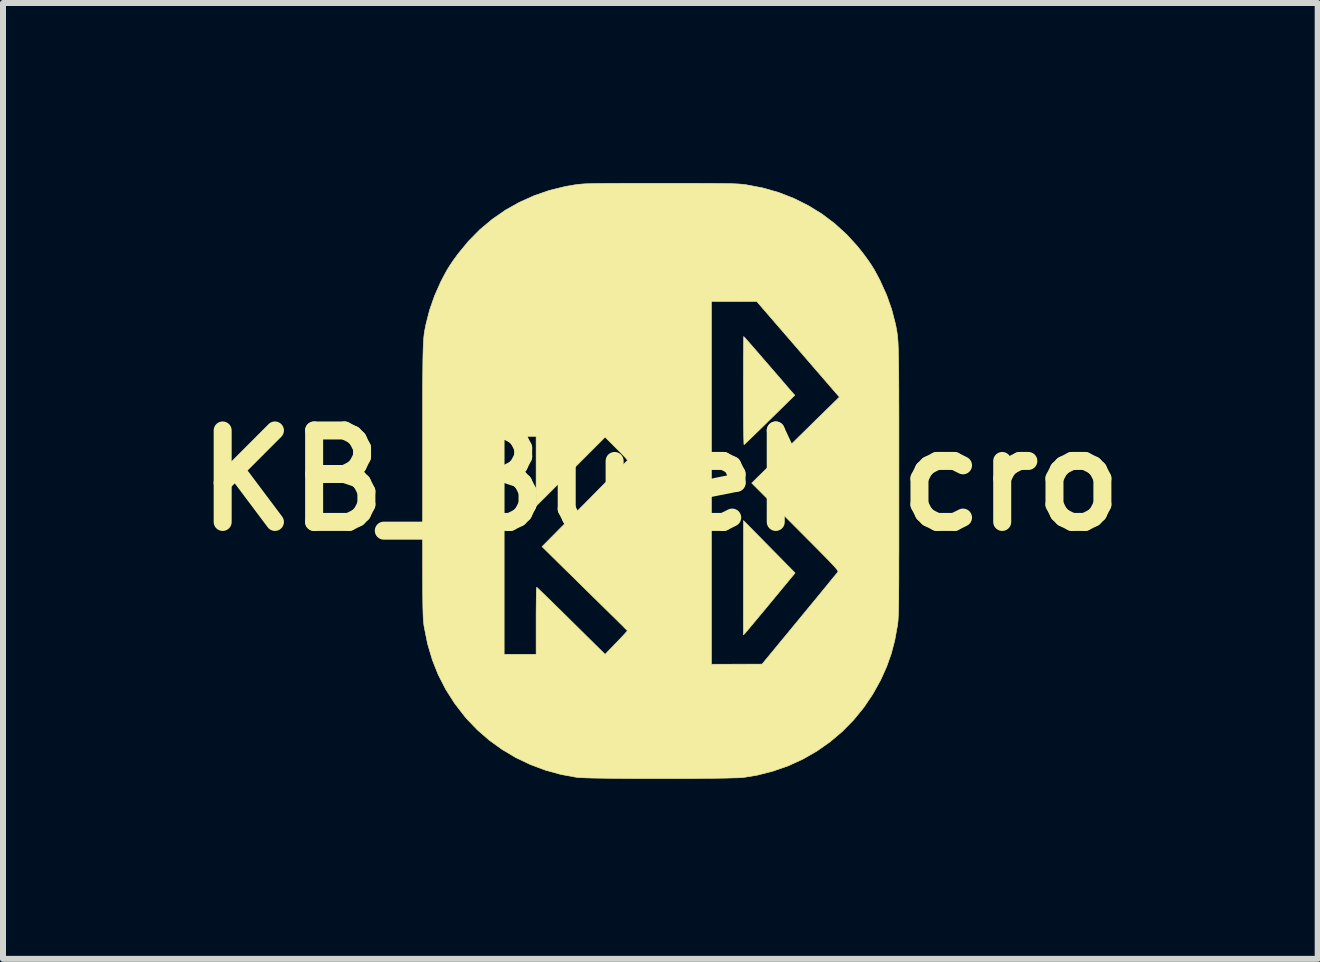
<source format=kicad_pcb>
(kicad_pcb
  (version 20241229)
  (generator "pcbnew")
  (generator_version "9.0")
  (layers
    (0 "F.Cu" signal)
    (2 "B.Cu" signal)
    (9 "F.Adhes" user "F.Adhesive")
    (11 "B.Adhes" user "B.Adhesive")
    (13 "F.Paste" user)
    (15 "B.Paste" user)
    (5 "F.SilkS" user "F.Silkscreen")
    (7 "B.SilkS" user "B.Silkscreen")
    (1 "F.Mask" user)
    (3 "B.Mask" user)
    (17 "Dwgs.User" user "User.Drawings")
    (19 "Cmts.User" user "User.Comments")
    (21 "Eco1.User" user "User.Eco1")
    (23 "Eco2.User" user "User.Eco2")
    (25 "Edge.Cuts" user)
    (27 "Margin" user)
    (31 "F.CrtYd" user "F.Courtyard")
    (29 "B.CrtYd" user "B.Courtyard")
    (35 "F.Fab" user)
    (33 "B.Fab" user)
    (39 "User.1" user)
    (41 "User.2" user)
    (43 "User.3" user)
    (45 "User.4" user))
  (footprint "KB_BlueMicro"
    (layer "F.Cu")
    (at 7.954 4.958)
    (property "Reference" "KB_BlueMicro" (at 0 0 0) (layer "F.SilkS") (effects (font (size 1.524 1.524) (thickness 0.3))))
    (attr through_hole)
    (fp_poly (pts (xy 1.815 1.103) (xy 2.245 1.54) (xy 1.845 2.024) (xy 1.765 2.121) (xy 1.689 2.212) (xy 1.619 2.296) (xy 1.557 2.371) (xy 1.503 2.435) (xy 1.461 2.486) (xy 1.431 2.521) (xy 1.416 2.539) (xy 1.415 2.54) (xy 1.384 2.571) (xy 1.386 0.667) (xy 1.815 1.103)) (stroke (width 0.01) (type solid)) (fill yes) (layer "F.SilkS"))
    (fp_poly (pts (xy 1.398 -2.391) (xy 1.422 -2.364) (xy 1.46 -2.322) (xy 1.509 -2.266) (xy 1.568 -2.198) (xy 1.635 -2.121) (xy 1.709 -2.035) (xy 1.789 -1.943) (xy 1.791 -1.94) (xy 1.872 -1.847) (xy 1.948 -1.759) (xy 2.018 -1.678) (xy 2.08 -1.606) (xy 2.132 -1.545) (xy 2.173 -1.498) (xy 2.201 -1.466) (xy 2.214 -1.451) (xy 2.24 -1.422) (xy 1.823 -1.013) (xy 1.738 -0.929) (xy 1.658 -0.851) (xy 1.585 -0.78) (xy 1.521 -0.718) (xy 1.469 -0.668) (xy 1.429 -0.63) (xy 1.404 -0.606) (xy 1.395 -0.599) (xy 1.393 -0.611) (xy 1.392 -0.646) (xy 1.39 -0.702) (xy 1.389 -0.778) (xy 1.387 -0.872) (xy 1.386 -0.981) (xy 1.385 -1.103) (xy 1.385 -1.237) (xy 1.384 -1.381) (xy 1.384 -1.498) (xy 1.384 -1.646) (xy 1.385 -1.788) (xy 1.385 -1.919) (xy 1.385 -2.039) (xy 1.386 -2.145) (xy 1.386 -2.236) (xy 1.387 -2.308) (xy 1.388 -2.361) (xy 1.389 -2.392) (xy 1.389 -2.4) (xy 1.398 -2.391)) (stroke (width 0.01) (type solid)) (fill yes) (layer "F.SilkS"))
    (fp_poly (pts (xy 0.214 -4.953) (xy 0.398 -4.953) (xy 0.559 -4.953) (xy 0.701 -4.952) (xy 0.824 -4.952) (xy 0.929 -4.951) (xy 1.02 -4.95) (xy 1.097 -4.949) (xy 1.162 -4.948) (xy 1.217 -4.946) (xy 1.264 -4.944) (xy 1.304 -4.942) (xy 1.339 -4.939) (xy 1.37 -4.936) (xy 1.4 -4.933) (xy 1.43 -4.929) (xy 1.441 -4.927) (xy 1.712 -4.875) (xy 1.974 -4.8) (xy 2.225 -4.702) (xy 2.465 -4.582) (xy 2.693 -4.442) (xy 2.906 -4.281) (xy 3.105 -4.1) (xy 3.287 -3.901) (xy 3.384 -3.778) (xy 3.453 -3.684) (xy 3.51 -3.601) (xy 3.56 -3.521) (xy 3.607 -3.436) (xy 3.658 -3.339) (xy 3.667 -3.32) (xy 3.771 -3.09) (xy 3.854 -2.855) (xy 3.915 -2.621) (xy 3.918 -2.608) (xy 3.925 -2.574) (xy 3.931 -2.543) (xy 3.937 -2.512) (xy 3.942 -2.48) (xy 3.947 -2.448) (xy 3.951 -2.412) (xy 3.955 -2.372) (xy 3.959 -2.328) (xy 3.962 -2.277) (xy 3.964 -2.218) (xy 3.966 -2.151) (xy 3.968 -2.073) (xy 3.97 -1.985) (xy 3.971 -1.884) (xy 3.972 -1.769) (xy 3.973 -1.64) (xy 3.974 -1.494) (xy 3.974 -1.332) (xy 3.975 -1.151) (xy 3.975 -0.95) (xy 3.975 -0.729) (xy 3.975 -0.486) (xy 3.975 -0.219) (xy 3.975 0.012) (xy 3.975 0.292) (xy 3.975 0.549) (xy 3.975 0.782) (xy 3.975 0.994) (xy 3.975 1.184) (xy 3.974 1.356) (xy 3.974 1.509) (xy 3.974 1.645) (xy 3.973 1.765) (xy 3.972 1.87) (xy 3.972 1.962) (xy 3.971 2.042) (xy 3.97 2.11) (xy 3.968 2.169) (xy 3.967 2.218) (xy 3.965 2.261) (xy 3.963 2.296) (xy 3.961 2.327) (xy 3.959 2.353) (xy 3.956 2.377) (xy 3.954 2.399) (xy 3.95 2.421) (xy 3.95 2.421) (xy 3.907 2.659) (xy 3.849 2.881) (xy 3.774 3.094) (xy 3.68 3.305) (xy 3.675 3.316) (xy 3.541 3.558) (xy 3.389 3.783) (xy 3.218 3.992) (xy 3.031 4.182) (xy 2.828 4.354) (xy 2.61 4.507) (xy 2.379 4.64) (xy 2.135 4.752) (xy 1.881 4.841) (xy 1.616 4.909) (xy 1.393 4.946) (xy 1.353 4.95) (xy 1.291 4.953) (xy 1.207 4.955) (xy 1.105 4.958) (xy 0.986 4.96) (xy 0.854 4.962) (xy 0.709 4.963) (xy 0.555 4.965) (xy 0.393 4.965) (xy 0.226 4.966) (xy 0.057 4.966) (xy -0.114 4.966) (xy -0.283 4.966) (xy -0.448 4.965) (xy -0.607 4.964) (xy -0.758 4.963) (xy -0.899 4.961) (xy -1.027 4.959) (xy -1.14 4.957) (xy -1.236 4.954) (xy -1.312 4.951) (xy -1.367 4.948) (xy -1.39 4.946) (xy -1.657 4.897) (xy -1.916 4.826) (xy -2.167 4.732) (xy -2.408 4.617) (xy -2.637 4.481) (xy -2.852 4.326) (xy -3.051 4.153) (xy -3.233 3.963) (xy -3.259 3.932) (xy -3.43 3.71) (xy -3.577 3.478) (xy -3.701 3.236) (xy -3.771 3.061) (xy 0.851 3.061) (xy 1.695 3.059) (xy 2.318 2.304) (xy 2.417 2.183) (xy 2.512 2.068) (xy 2.601 1.96) (xy 2.683 1.86) (xy 2.757 1.77) (xy 2.821 1.691) (xy 2.874 1.626) (xy 2.916 1.575) (xy 2.944 1.541) (xy 2.957 1.524) (xy 2.958 1.523) (xy 2.96 1.518) (xy 2.959 1.511) (xy 2.955 1.5) (xy 2.945 1.485) (xy 2.929 1.465) (xy 2.906 1.438) (xy 2.874 1.404) (xy 2.833 1.36) (xy 2.781 1.306) (xy 2.717 1.241) (xy 2.64 1.163) (xy 2.549 1.071) (xy 2.443 0.965) (xy 2.321 0.842) (xy 2.249 0.77) (xy 1.523 0.042) (xy 2.149 -0.573) (xy 2.257 -0.679) (xy 2.362 -0.782) (xy 2.463 -0.881) (xy 2.557 -0.974) (xy 2.643 -1.058) (xy 2.719 -1.132) (xy 2.783 -1.195) (xy 2.834 -1.244) (xy 2.869 -1.279) (xy 2.879 -1.289) (xy 2.984 -1.391) (xy 1.607 -2.984) (xy 0.851 -2.985) (xy 0.851 3.061) (xy -3.771 3.061) (xy -3.801 2.983) (xy -3.879 2.72) (xy -3.934 2.445) (xy -3.938 2.421) (xy -3.941 2.4) (xy -3.944 2.378) (xy -3.946 2.354) (xy -3.948 2.328) (xy -3.951 2.297) (xy -3.952 2.261) (xy -3.954 2.219) (xy -3.955 2.17) (xy -3.957 2.112) (xy -3.958 2.044) (xy -3.959 1.964) (xy -3.96 1.873) (xy -3.96 1.768) (xy -3.961 1.648) (xy -3.961 1.512) (xy -3.962 1.36) (xy -3.962 1.189) (xy -3.962 0.998) (xy -3.962 0.787) (xy -3.962 0.555) (xy -3.962 0.299) (xy -3.962 0.019) (xy -3.962 0.012) (xy -3.962 -0.274) (xy -3.962 -0.536) (xy -3.962 -0.737) (xy -2.603 -0.737) (xy -2.603 2.896) (xy -2.07 2.896) (xy -2.07 2.337) (xy -2.07 2.22) (xy -2.069 2.112) (xy -2.068 2.015) (xy -2.067 1.931) (xy -2.066 1.863) (xy -2.064 1.813) (xy -2.062 1.785) (xy -2.061 1.779) (xy -2.05 1.787) (xy -2.023 1.813) (xy -1.981 1.853) (xy -1.926 1.906) (xy -1.859 1.971) (xy -1.782 2.047) (xy -1.696 2.131) (xy -1.603 2.222) (xy -1.504 2.32) (xy -1.486 2.338) (xy -0.921 2.896) (xy -0.734 2.702) (xy -0.679 2.645) (xy -0.63 2.593) (xy -0.591 2.551) (xy -0.563 2.52) (xy -0.55 2.504) (xy -0.55 2.502) (xy -0.559 2.492) (xy -0.585 2.466) (xy -0.624 2.426) (xy -0.676 2.375) (xy -0.738 2.313) (xy -0.809 2.244) (xy -0.886 2.168) (xy -0.902 2.153) (xy -0.999 2.057) (xy -1.108 1.95) (xy -1.225 1.835) (xy -1.344 1.718) (xy -1.458 1.605) (xy -1.564 1.502) (xy -1.611 1.456) (xy -1.971 1.101) (xy -1.643 0.77) (xy -1.555 0.681) (xy -1.454 0.58) (xy -1.345 0.469) (xy -1.232 0.355) (xy -1.12 0.242) (xy -1.014 0.134) (xy -0.934 0.053) (xy -0.853 -0.028) (xy -0.777 -0.104) (xy -0.71 -0.173) (xy -0.651 -0.232) (xy -0.604 -0.28) (xy -0.57 -0.314) (xy -0.55 -0.334) (xy -0.547 -0.338) (xy -0.554 -0.348) (xy -0.576 -0.374) (xy -0.611 -0.412) (xy -0.657 -0.459) (xy -0.711 -0.514) (xy -0.731 -0.534) (xy -0.921 -0.724) (xy -1.495 -0.149) (xy -2.07 0.425) (xy -2.07 -0.737) (xy -2.603 -0.737) (xy -3.962 -0.737) (xy -3.962 -0.775) (xy -3.962 -0.992) (xy -3.962 -1.189) (xy -3.962 -1.366) (xy -3.961 -1.525) (xy -3.96 -1.667) (xy -3.959 -1.793) (xy -3.958 -1.905) (xy -3.957 -2.003) (xy -3.955 -2.09) (xy -3.953 -2.165) (xy -3.951 -2.23) (xy -3.948 -2.287) (xy -3.945 -2.337) (xy -3.942 -2.381) (xy -3.938 -2.419) (xy -3.934 -2.454) (xy -3.929 -2.487) (xy -3.923 -2.518) (xy -3.917 -2.549) (xy -3.911 -2.581) (xy -3.905 -2.608) (xy -3.845 -2.842) (xy -3.763 -3.077) (xy -3.661 -3.308) (xy -3.655 -3.32) (xy -3.603 -3.42) (xy -3.556 -3.506) (xy -3.506 -3.586) (xy -3.451 -3.668) (xy -3.384 -3.76) (xy -3.371 -3.778) (xy -3.198 -3.988) (xy -3.009 -4.18) (xy -2.804 -4.352) (xy -2.584 -4.505) (xy -2.351 -4.636) (xy -2.106 -4.746) (xy -1.85 -4.835) (xy -1.585 -4.9) (xy -1.429 -4.927) (xy -1.399 -4.931) (xy -1.369 -4.935) (xy -1.338 -4.938) (xy -1.305 -4.941) (xy -1.267 -4.944) (xy -1.224 -4.946) (xy -1.172 -4.947) (xy -1.111 -4.949) (xy -1.038 -4.95) (xy -0.953 -4.951) (xy -0.853 -4.952) (xy -0.737 -4.952) (xy -0.603 -4.953) (xy -0.449 -4.953) (xy -0.274 -4.953) (xy -0.076 -4.953) (xy 0.006 -4.953) (xy 0.214 -4.953)) (stroke (width 0.01) (type solid)) (fill yes) (layer "F.SilkS")))
  (gr_rect
    (start -3 -3)
    (end 18.908 12.929)
    (stroke (width 0.1) (type default))
    (fill no)
    (layer "Edge.Cuts")))
</source>
